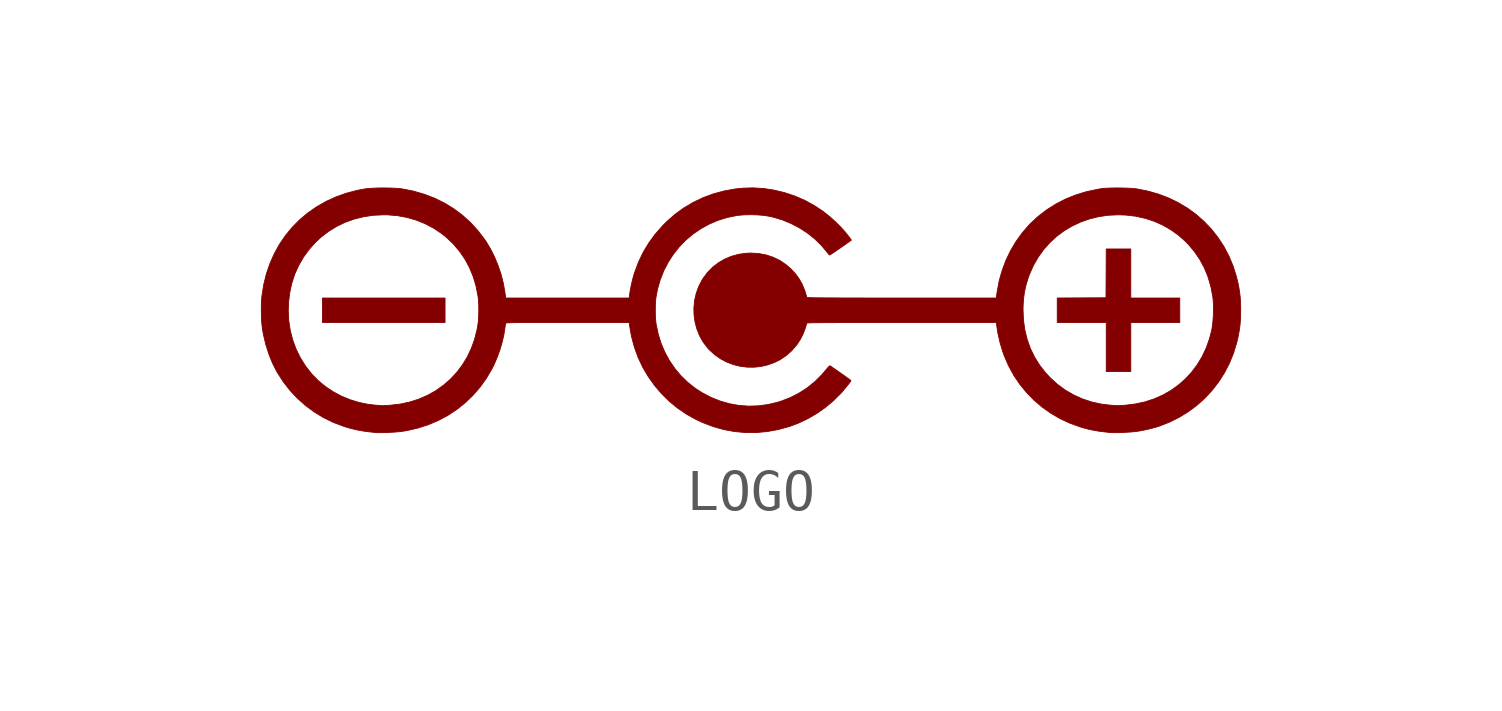
<source format=kicad_sym>
(kicad_symbol_lib
  (version 20210619)
  (generator bitmap2component)
  (symbol "LOGO"
    (pin_names
      (offset 1.016))
    (property "Reference" "#G"
      (at 0 2.366 0)
      (effects (font (size 1.27 1.27)) hide))
    (symbol "LOGO_0_0"
      (polyline (pts (xy -8.966 -2.996) (xy -8.871 -2.992) (xy -8.775 -2.987) (xy -8.683 -2.981) (xy -8.601 -2.973) (xy -8.535 -2.965) (xy -8.424 -2.947) (xy -8.155 -2.885) (xy -7.897 -2.802) (xy -7.651 -2.697) (xy -7.418 -2.572) (xy -7.198 -2.427) (xy -6.993 -2.262) (xy -6.803 -2.079) (xy -6.63 -1.879) (xy -6.475 -1.661) (xy -6.337 -1.426) (xy -6.283 -1.316) (xy -6.209 -1.141) (xy -6.143 -0.957) (xy -6.089 -0.771) (xy -6.048 -0.589) (xy -6.022 -0.419) (xy -6.018 -0.385) (xy -6.012 -0.346) (xy -6.007 -0.322) (xy -6.006 -0.319) (xy -6.001 -0.316) (xy -5.993 -0.313) (xy -5.979 -0.311) (xy -5.958 -0.309) (xy -5.93 -0.307) (xy -5.892 -0.306) (xy -5.844 -0.304) (xy -5.784 -0.303) (xy -5.71 -0.302) (xy -5.623 -0.302) (xy -5.519 -0.301) (xy -5.398 -0.301) (xy -5.259 -0.301) (xy -5.1 -0.3) (xy -4.92 -0.3) (xy -2.981 -0.3) (xy -2.959 -0.447) (xy -2.923 -0.644) (xy -2.854 -0.903) (xy -2.763 -1.153) (xy -2.65 -1.393) (xy -2.516 -1.621) (xy -2.363 -1.837) (xy -2.192 -2.038) (xy -2.003 -2.225) (xy -1.798 -2.394) (xy -1.577 -2.545) (xy -1.342 -2.676) (xy -1.183 -2.75) (xy -0.926 -2.848) (xy -0.665 -2.922) (xy -0.4 -2.971) (xy -0.133 -2.995) (xy 0.137 -2.995) (xy 0.407 -2.97) (xy 0.677 -2.92) (xy 0.947 -2.846) (xy 1.159 -2.767) (xy 1.393 -2.656) (xy 1.619 -2.525) (xy 1.833 -2.374) (xy 2.033 -2.205) (xy 2.217 -2.021) (xy 2.381 -1.824) (xy 2.398 -1.801) (xy 2.425 -1.763) (xy 2.444 -1.735) (xy 2.451 -1.723) (xy 2.446 -1.718) (xy 2.424 -1.701) (xy 2.386 -1.672) (xy 2.334 -1.635) (xy 2.273 -1.592) (xy 2.204 -1.544) (xy 2.158 -1.511) (xy 2.092 -1.465) (xy 2.034 -1.425) (xy 1.988 -1.393) (xy 1.957 -1.371) (xy 1.943 -1.361) (xy 1.934 -1.361) (xy 1.911 -1.378) (xy 1.877 -1.415) (xy 1.829 -1.472) (xy 1.738 -1.579) (xy 1.567 -1.749) (xy 1.382 -1.899) (xy 1.183 -2.028) (xy 0.97 -2.137) (xy 0.742 -2.226) (xy 0.651 -2.254) (xy 0.416 -2.31) (xy 0.179 -2.341) (xy -0.058 -2.348) (xy -0.293 -2.331) (xy -0.526 -2.289) (xy -0.755 -2.223) (xy -0.979 -2.133) (xy -1.196 -2.019) (xy -1.358 -1.915) (xy -1.543 -1.769) (xy -1.712 -1.606) (xy -1.863 -1.426) (xy -1.995 -1.232) (xy -2.108 -1.025) (xy -2.201 -0.806) (xy -2.272 -0.576) (xy -2.321 -0.338) (xy -2.327 -0.297) (xy -2.335 -0.204) (xy -2.34 -0.099) (xy -2.341 0.012) (xy -2.34 0.12) (xy -2.335 0.219) (xy -2.327 0.3) (xy -2.285 0.525) (xy -2.218 0.754) (xy -2.131 0.973) (xy -2.023 1.18) (xy -1.897 1.374) (xy -1.753 1.554) (xy -1.593 1.719) (xy -1.417 1.867) (xy -1.227 1.997) (xy -1.024 2.109) (xy -0.81 2.201) (xy -0.585 2.271) (xy -0.35 2.319) (xy -0.303 2.326) (xy -0.164 2.337) (xy -0.013 2.341) (xy 0.141 2.337) (xy 0.289 2.326) (xy 0.423 2.307) (xy 0.556 2.278) (xy 0.775 2.212) (xy 0.987 2.124) (xy 1.191 2.017) (xy 1.384 1.892) (xy 1.562 1.75) (xy 1.723 1.594) (xy 1.865 1.424) (xy 1.892 1.39) (xy 1.914 1.364) (xy 1.926 1.353) (xy 1.936 1.357) (xy 1.964 1.374) (xy 2.008 1.402) (xy 2.063 1.439) (xy 2.128 1.484) (xy 2.2 1.533) (xy 2.462 1.717) (xy 2.422 1.773) (xy 2.412 1.787) (xy 2.312 1.914) (xy 2.195 2.044) (xy 2.064 2.173) (xy 1.927 2.296) (xy 1.786 2.408) (xy 1.772 2.419) (xy 1.553 2.565) (xy 1.322 2.691) (xy 1.08 2.796) (xy 0.829 2.88) (xy 0.573 2.942) (xy 0.314 2.982) (xy 0.053 2.998) (xy -0.206 2.99) (xy -0.385 2.971) (xy -0.656 2.922) (xy -0.918 2.851) (xy -1.17 2.758) (xy -1.411 2.643) (xy -1.64 2.507) (xy -1.856 2.351) (xy -2.058 2.174) (xy -2.157 2.075) (xy -2.338 1.869) (xy -2.497 1.653) (xy -2.634 1.426) (xy -2.75 1.186) (xy -2.845 0.933) (xy -2.846 0.932) (xy -2.878 0.826) (xy -2.908 0.708) (xy -2.935 0.589) (xy -2.957 0.476) (xy -2.971 0.378) (xy -2.98 0.3) (xy -6.003 0.3) (xy -6.008 0.328) (xy -6.009 0.334) (xy -6.014 0.365) (xy -6.021 0.41) (xy -6.028 0.463) (xy -6.063 0.661) (xy -6.118 0.877) (xy -6.191 1.092) (xy -6.277 1.303) (xy -6.376 1.501) (xy -6.485 1.682) (xy -6.522 1.736) (xy -6.687 1.952) (xy -6.868 2.15) (xy -7.066 2.328) (xy -7.278 2.487) (xy -7.504 2.625) (xy -7.745 2.744) (xy -7.998 2.841) (xy -8.264 2.918) (xy -8.542 2.973) (xy -8.585 2.978) (xy -8.679 2.987) (xy -8.789 2.992) (xy -8.909 2.995) (xy -9.033 2.996) (xy -9.156 2.994) (xy -9.271 2.989) (xy -9.372 2.982) (xy -9.455 2.972) (xy -9.646 2.936) (xy -9.914 2.865) (xy -10.169 2.774) (xy -10.412 2.662) (xy -10.64 2.531) (xy -10.854 2.382) (xy -11.052 2.215) (xy -11.233 2.032) (xy -11.398 1.832) (xy -11.544 1.618) (xy -11.671 1.389) (xy -11.779 1.147) (xy -11.866 0.893) (xy -11.932 0.627) (xy -11.976 0.35) (xy -11.982 0.281) (xy -11.989 0.161) (xy -11.991 0.03) (xy -11.99 -0.003) (xy -11.331 -0.003) (xy -11.324 0.184) (xy -11.295 0.429) (xy -11.244 0.664) (xy -11.17 0.888) (xy -11.073 1.103) (xy -10.955 1.305) (xy -10.815 1.496) (xy -10.654 1.674) (xy -10.528 1.791) (xy -10.342 1.933) (xy -10.144 2.055) (xy -9.933 2.156) (xy -9.711 2.235) (xy -9.479 2.292) (xy -9.238 2.327) (xy -8.989 2.338) (xy -8.894 2.337) (xy -8.652 2.316) (xy -8.416 2.272) (xy -8.188 2.205) (xy -7.97 2.116) (xy -7.762 2.006) (xy -7.567 1.874) (xy -7.459 1.787) (xy -7.289 1.625) (xy -7.137 1.447) (xy -7.005 1.255) (xy -6.894 1.049) (xy -6.803 0.829) (xy -6.733 0.598) (xy -6.685 0.356) (xy -6.683 0.343) (xy -6.672 0.24) (xy -6.666 0.122) (xy -6.664 -0.003) (xy -6.667 -0.128) (xy -6.673 -0.244) (xy -6.684 -0.344) (xy -6.708 -0.477) (xy -6.767 -0.713) (xy -6.848 -0.936) (xy -6.948 -1.146) (xy -7.068 -1.343) (xy -7.205 -1.524) (xy -7.36 -1.69) (xy -7.531 -1.838) (xy -7.716 -1.969) (xy -7.916 -2.082) (xy -8.129 -2.175) (xy -8.353 -2.247) (xy -8.589 -2.298) (xy -8.835 -2.326) (xy -8.856 -2.328) (xy -8.919 -2.332) (xy -8.972 -2.335) (xy -9.011 -2.337) (xy -9.03 -2.337) (xy -9.044 -2.336) (xy -9.079 -2.333) (xy -9.129 -2.329) (xy -9.187 -2.325) (xy -9.371 -2.304) (xy -9.598 -2.258) (xy -9.819 -2.19) (xy -10.032 -2.102) (xy -10.233 -1.994) (xy -10.422 -1.868) (xy -10.595 -1.725) (xy -10.75 -1.567) (xy -10.762 -1.553) (xy -10.911 -1.362) (xy -11.037 -1.159) (xy -11.142 -0.945) (xy -11.224 -0.721) (xy -11.283 -0.489) (xy -11.319 -0.249) (xy -11.331 -0.003) (xy -11.99 -0.003) (xy -11.989 -0.105) (xy -11.984 -0.237) (xy -11.975 -0.359) (xy -11.962 -0.463) (xy -11.938 -0.6) (xy -11.881 -0.839) (xy -11.807 -1.071) (xy -11.719 -1.29) (xy -11.617 -1.492) (xy -11.599 -1.524) (xy -11.454 -1.75) (xy -11.29 -1.961) (xy -11.108 -2.155) (xy -10.911 -2.331) (xy -10.699 -2.488) (xy -10.473 -2.626) (xy -10.235 -2.743) (xy -9.986 -2.838) (xy -9.893 -2.868) (xy -9.788 -2.897) (xy -9.686 -2.922) (xy -9.582 -2.943) (xy -9.47 -2.962) (xy -9.344 -2.978) (xy -9.198 -2.994) (xy -9.188 -2.995) (xy -9.13 -2.997) (xy -9.054 -2.998) (xy -8.966 -2.996)) (stroke (width 0.01)) (fill (type outline)))
      (polyline (pts (xy 9.03 -2.996) (xy 9.125 -2.992) (xy 9.222 -2.987) (xy 9.314 -2.981) (xy 9.396 -2.973) (xy 9.463 -2.965) (xy 9.519 -2.956) (xy 9.647 -2.932) (xy 9.778 -2.902) (xy 9.902 -2.869) (xy 10.011 -2.835) (xy 10.242 -2.745) (xy 10.483 -2.626) (xy 10.709 -2.488) (xy 10.921 -2.331) (xy 11.117 -2.156) (xy 11.295 -1.964) (xy 11.456 -1.757) (xy 11.598 -1.535) (xy 11.72 -1.3) (xy 11.821 -1.052) (xy 11.9 -0.792) (xy 11.931 -0.661) (xy 11.961 -0.504) (xy 11.982 -0.348) (xy 11.993 -0.185) (xy 11.997 -0.006) (xy 11.997 0.049) (xy 11.993 0.191) (xy 11.985 0.319) (xy 11.971 0.441) (xy 11.951 0.565) (xy 11.924 0.697) (xy 11.893 0.822) (xy 11.812 1.08) (xy 11.709 1.326) (xy 11.587 1.558) (xy 11.445 1.777) (xy 11.285 1.98) (xy 11.107 2.168) (xy 10.913 2.34) (xy 10.704 2.494) (xy 10.48 2.629) (xy 10.242 2.746) (xy 9.991 2.842) (xy 9.728 2.918) (xy 9.455 2.972) (xy 9.448 2.973) (xy 9.375 2.982) (xy 9.284 2.988) (xy 9.179 2.992) (xy 9.068 2.995) (xy 8.954 2.996) (xy 8.843 2.994) (xy 8.741 2.991) (xy 8.654 2.986) (xy 8.585 2.978) (xy 8.498 2.964) (xy 8.221 2.905) (xy 7.959 2.825) (xy 7.71 2.725) (xy 7.474 2.604) (xy 7.249 2.462) (xy 7.035 2.297) (xy 7.004 2.271) (xy 6.817 2.093) (xy 6.648 1.898) (xy 6.496 1.687) (xy 6.362 1.462) (xy 6.248 1.225) (xy 6.155 0.978) (xy 6.082 0.722) (xy 6.033 0.459) (xy 6.01 0.3) (xy 3.656 0.3) (xy 3.366 0.3) (xy 3.1 0.3) (xy 2.857 0.3) (xy 2.637 0.301) (xy 2.437 0.301) (xy 2.258 0.301) (xy 2.099 0.302) (xy 1.958 0.303) (xy 1.835 0.303) (xy 1.728 0.304) (xy 1.637 0.305) (xy 1.562 0.306) (xy 1.5 0.307) (xy 1.452 0.309) (xy 1.415 0.31) (xy 1.39 0.312) (xy 1.376 0.314) (xy 1.371 0.316) (xy 1.323 0.475) (xy 1.26 0.629) (xy 1.184 0.766) (xy 1.093 0.892) (xy 0.985 1.009) (xy 0.861 1.116) (xy 0.71 1.219) (xy 0.547 1.298) (xy 0.375 1.355) (xy 0.192 1.389) (xy -0.001 1.401) (xy -0.113 1.397) (xy -0.297 1.371) (xy -0.473 1.323) (xy -0.639 1.254) (xy -0.794 1.164) (xy -0.935 1.055) (xy -1.062 0.926) (xy -1.171 0.78) (xy -1.199 0.735) (xy -1.28 0.576) (xy -1.34 0.409) (xy -1.379 0.235) (xy -1.396 0.059) (xy -1.395 0.006) (xy 6.666 0.006) (xy 6.667 0.093) (xy 6.678 0.277) (xy 6.701 0.449) (xy 6.739 0.619) (xy 6.792 0.793) (xy 6.822 0.876) (xy 6.918 1.093) (xy 7.033 1.294) (xy 7.167 1.481) (xy 7.317 1.652) (xy 7.484 1.806) (xy 7.665 1.942) (xy 7.861 2.059) (xy 8.068 2.157) (xy 8.286 2.235) (xy 8.514 2.292) (xy 8.751 2.327) (xy 8.995 2.338) (xy 9.179 2.332) (xy 9.421 2.304) (xy 9.655 2.252) (xy 9.88 2.179) (xy 10.094 2.083) (xy 10.296 1.966) (xy 10.486 1.828) (xy 10.662 1.67) (xy 10.71 1.62) (xy 10.863 1.439) (xy 10.995 1.245) (xy 11.107 1.038) (xy 11.197 0.817) (xy 11.265 0.584) (xy 11.313 0.338) (xy 11.322 0.26) (xy 11.329 0.14) (xy 11.33 0.009) (xy 11.327 -0.127) (xy 11.318 -0.259) (xy 11.305 -0.381) (xy 11.288 -0.485) (xy 11.235 -0.69) (xy 11.155 -0.917) (xy 11.055 -1.131) (xy 10.935 -1.331) (xy 10.797 -1.514) (xy 10.643 -1.682) (xy 10.472 -1.832) (xy 10.286 -1.965) (xy 10.087 -2.078) (xy 9.874 -2.172) (xy 9.649 -2.245) (xy 9.413 -2.296) (xy 9.167 -2.326) (xy 9.141 -2.327) (xy 9.078 -2.332) (xy 9.024 -2.335) (xy 8.986 -2.337) (xy 8.967 -2.337) (xy 8.951 -2.336) (xy 8.915 -2.333) (xy 8.864 -2.329) (xy 8.806 -2.325) (xy 8.579 -2.298) (xy 8.346 -2.246) (xy 8.121 -2.172) (xy 7.907 -2.075) (xy 7.703 -1.957) (xy 7.512 -1.817) (xy 7.335 -1.657) (xy 7.219 -1.533) (xy 7.073 -1.346) (xy 6.949 -1.147) (xy 6.847 -0.938) (xy 6.768 -0.718) (xy 6.711 -0.487) (xy 6.677 -0.245) (xy 6.666 0.006) (xy -1.395 0.006) (xy -1.392 -0.118) (xy -1.367 -0.292) (xy -1.321 -0.463) (xy -1.256 -0.625) (xy -1.169 -0.778) (xy -1.062 -0.919) (xy -1.017 -0.969) (xy -0.885 -1.089) (xy -0.741 -1.19) (xy -0.588 -1.27) (xy -0.428 -1.331) (xy -0.262 -1.372) (xy -0.093 -1.393) (xy 0.076 -1.395) (xy 0.245 -1.377) (xy 0.41 -1.339) (xy 0.57 -1.282) (xy 0.723 -1.206) (xy 0.865 -1.109) (xy 0.996 -0.994) (xy 1.113 -0.86) (xy 1.139 -0.825) (xy 1.21 -0.715) (xy 1.271 -0.597) (xy 1.323 -0.466) (xy 1.37 -0.316) (xy 1.371 -0.316) (xy 1.377 -0.314) (xy 1.393 -0.312) (xy 1.419 -0.31) (xy 1.457 -0.309) (xy 1.507 -0.307) (xy 1.57 -0.306) (xy 1.648 -0.305) (xy 1.74 -0.304) (xy 1.849 -0.303) (xy 1.974 -0.303) (xy 2.117 -0.302) (xy 2.279 -0.301) (xy 2.461 -0.301) (xy 2.663 -0.301) (xy 2.886 -0.3) (xy 3.132 -0.3) (xy 3.401 -0.3) (xy 6.012 -0.3) (xy 6.027 -0.416) (xy 6.051 -0.566) (xy 6.1 -0.784) (xy 6.167 -1.007) (xy 6.206 -1.116) (xy 6.312 -1.361) (xy 6.439 -1.593) (xy 6.586 -1.811) (xy 6.752 -2.014) (xy 6.934 -2.201) (xy 7.133 -2.371) (xy 7.348 -2.523) (xy 7.576 -2.656) (xy 7.818 -2.768) (xy 8.071 -2.859) (xy 8.106 -2.869) (xy 8.209 -2.898) (xy 8.31 -2.923) (xy 8.414 -2.943) (xy 8.526 -2.962) (xy 8.652 -2.978) (xy 8.798 -2.994) (xy 8.808 -2.995) (xy 8.866 -2.997) (xy 8.941 -2.998) (xy 9.03 -2.996)) (stroke (width 0.01)) (fill (type outline)))
      (polyline (pts (xy -7.491 0.3) (xy -10.493 0.3) (xy -10.493 -0.3) (xy -7.491 -0.3) (xy -7.491 0.3)) (stroke (width 0.01)) (fill (type outline)))
      (polyline (pts (xy 9.305 -0.3) (xy 10.505 -0.3) (xy 10.505 0.3) (xy 9.305 0.3) (xy 9.305 1.501) (xy 8.704 1.501) (xy 8.701 0.903) (xy 8.698 0.306) (xy 8.101 0.303) (xy 7.504 0.3) (xy 7.504 -0.3) (xy 8.704 -0.3) (xy 8.704 -1.501) (xy 9.305 -1.501) (xy 9.305 -0.3)) (stroke (width 0.01)) (fill (type outline))))))
</source>
